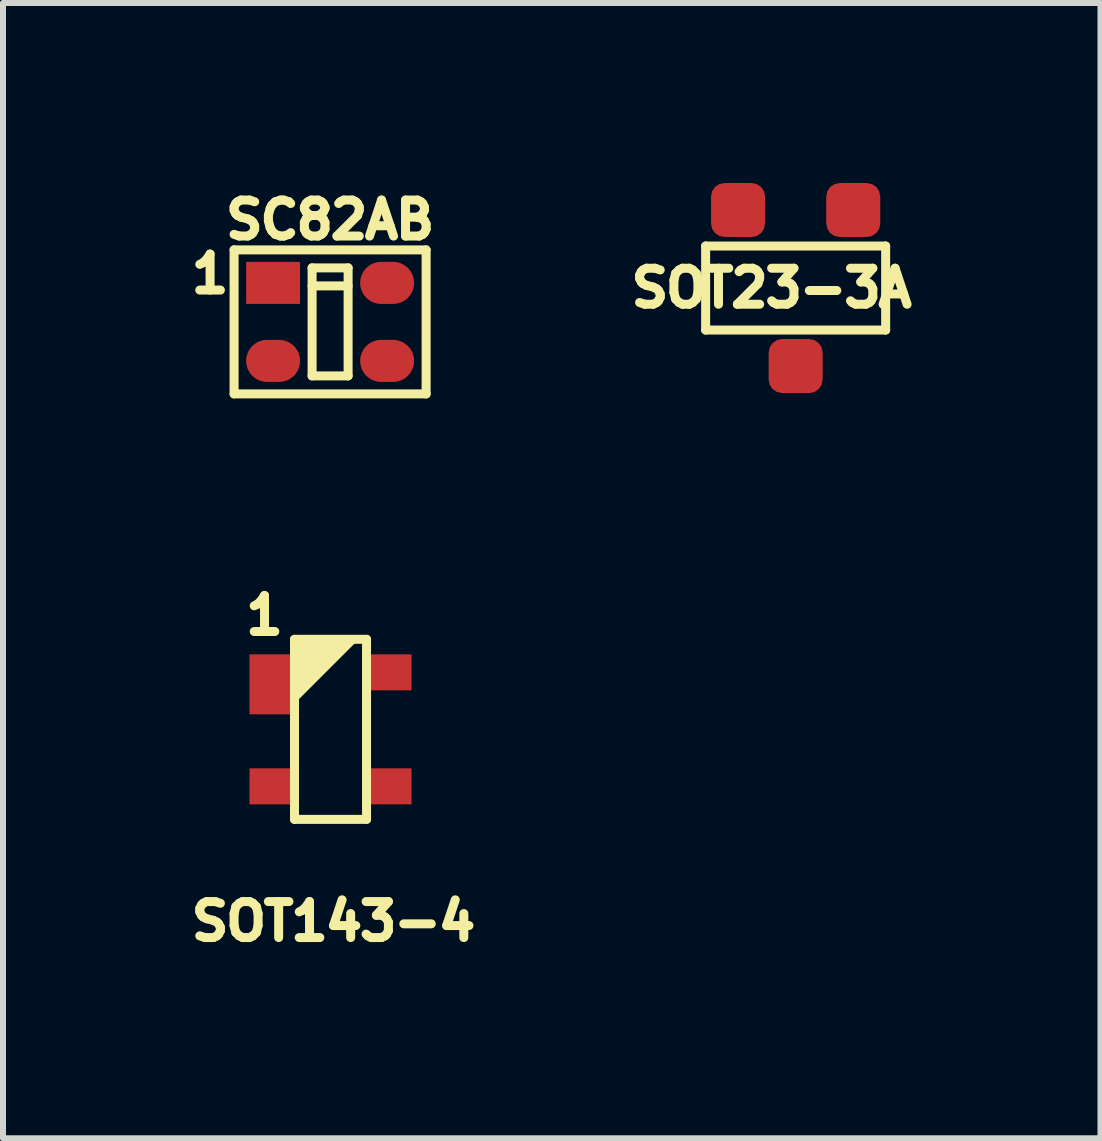
<source format=kicad_pcb>
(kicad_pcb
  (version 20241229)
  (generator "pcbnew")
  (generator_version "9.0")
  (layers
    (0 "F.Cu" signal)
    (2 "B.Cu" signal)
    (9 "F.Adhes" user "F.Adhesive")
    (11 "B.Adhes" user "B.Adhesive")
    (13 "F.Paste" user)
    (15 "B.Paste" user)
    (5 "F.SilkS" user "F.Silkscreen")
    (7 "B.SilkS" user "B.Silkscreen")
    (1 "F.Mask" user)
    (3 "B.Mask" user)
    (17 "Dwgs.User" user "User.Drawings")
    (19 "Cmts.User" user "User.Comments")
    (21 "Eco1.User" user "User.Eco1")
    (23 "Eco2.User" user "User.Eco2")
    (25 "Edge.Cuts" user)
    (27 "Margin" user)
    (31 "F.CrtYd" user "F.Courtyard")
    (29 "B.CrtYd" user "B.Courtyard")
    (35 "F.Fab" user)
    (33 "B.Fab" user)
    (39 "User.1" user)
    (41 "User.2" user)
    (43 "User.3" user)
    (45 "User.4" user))
  (footprint "SC82AB"
    (layer "F.Cu")
    (at 2.451 2.314)
    (property "Reference" "SC82AB" (at 0 -1.7 0) (layer "F.SilkS") (effects (font (size 0.6 0.6) (thickness 0.15))))
    (attr through_hole)
    (fp_line (start -1.6 -1.2) (end 1.6 -1.2) (stroke (width 0.15) (type solid)) (layer "F.SilkS"))
    (fp_line (start -1.6 1.2) (end -1.6 -1.2) (stroke (width 0.15) (type solid)) (layer "F.SilkS"))
    (fp_line (start -0.3 -0.9) (end 0.3 -0.9) (stroke (width 0.15) (type solid)) (layer "F.SilkS"))
    (fp_line (start -0.3 -0.6) (end 0.3 -0.6) (stroke (width 0.15) (type solid)) (layer "F.SilkS"))
    (fp_line (start -0.3 0.9) (end -0.3 -0.9) (stroke (width 0.15) (type solid)) (layer "F.SilkS"))
    (fp_line (start 0.3 -0.9) (end 0.3 0.9) (stroke (width 0.15) (type solid)) (layer "F.SilkS"))
    (fp_line (start 0.3 0.9) (end -0.3 0.9) (stroke (width 0.15) (type solid)) (layer "F.SilkS"))
    (fp_line (start 1.6 -1.2) (end 1.6 1.2) (stroke (width 0.15) (type solid)) (layer "F.SilkS"))
    (fp_line (start 1.6 1.2) (end -1.6 1.2) (stroke (width 0.15) (type solid)) (layer "F.SilkS"))
    (fp_text user "1" (at -2 -0.8 0) (layer "F.SilkS") (effects (font (size 0.6 0.6) (thickness 0.15))))
    (pad "1" smd rect (at -0.95 -0.65) (size 0.899 0.701) (layers "F.Cu" "F.Mask" "F.Paste"))
    (pad "2" smd oval (at -0.95 0.65) (size 0.899 0.701) (layers "F.Cu" "F.Mask" "F.Paste"))
    (pad "3" smd oval (at 0.95 0.65) (size 0.899 0.701) (layers "F.Cu" "F.Mask" "F.Paste"))
    (pad "4" smd oval (at 0.95 -0.65) (size 0.899 0.701) (layers "F.Cu" "F.Mask" "F.Paste")))
  (footprint "SOT23-3A"
    (layer "F.Cu")
    (at 10.209 1.75)
    (property "Reference" "SOT23-3A" (at -0.4 0 0) (layer "F.SilkS") (effects (font (size 0.6 0.6) (thickness 0.15))))
    (attr smd)
    (fp_line (start -1.5 -0.7) (end 1.5 -0.7) (stroke (width 0.15) (type solid)) (layer "F.SilkS"))
    (fp_line (start -1.5 0.7) (end -1.5 -0.7) (stroke (width 0.15) (type solid)) (layer "F.SilkS"))
    (fp_line (start 1.5 -0.7) (end 1.5 0.7) (stroke (width 0.15) (type solid)) (layer "F.SilkS"))
    (fp_line (start 1.5 0.7) (end -1.5 0.7) (stroke (width 0.15) (type solid)) (layer "F.SilkS"))
    (pad "1" smd roundrect (at 0.96 -1.3) (size 0.9 0.9) (layers "F.Cu" "F.Mask" "F.Paste") (roundrect_rratio 0.25))
    (pad "2" smd roundrect (at -0.96 -1.3) (size 0.9 0.9) (layers "F.Cu" "F.Mask" "F.Paste") (roundrect_rratio 0.25))
    (pad "3" smd roundrect (at 0 1.3) (size 0.9 0.9) (layers "F.Cu" "F.Mask" "F.Paste") (roundrect_rratio 0.25)))
  (footprint "SOT143-4"
    (layer "F.Cu")
    (at 2.458 9.104)
    (property "Reference" "SOT143-4" (at 0.05 3.2 0) (layer "F.SilkS") (effects (font (size 0.6 0.6) (thickness 0.15))))
    (attr through_hole)
    (fp_line (start -0.6 -1.5) (end 0.6 -1.5) (stroke (width 0.15) (type solid)) (layer "F.SilkS"))
    (fp_line (start -0.6 1.5) (end -0.6 -1.5) (stroke (width 0.15) (type solid)) (layer "F.SilkS"))
    (fp_line (start 0.6 -1.5) (end 0.6 1.5) (stroke (width 0.15) (type solid)) (layer "F.SilkS"))
    (fp_line (start 0.6 1.5) (end -0.6 1.5) (stroke (width 0.15) (type solid)) (layer "F.SilkS"))
    (fp_poly (pts (xy -0.6 -1.5) (xy 0.4 -1.5) (xy -0.6 -0.5)) (stroke (width 0.1) (type solid)) (fill yes) (layer "F.SilkS"))
    (fp_text user "1" (at -1.1 -1.9 0) (layer "F.SilkS") (effects (font (size 0.6 0.6) (thickness 0.15))))
    (pad "1" smd rect (at -1 -0.75) (size 0.7 1) (layers "F.Cu" "F.Mask" "F.Paste"))
    (pad "2" smd rect (at -1 0.95) (size 0.7 0.6) (layers "F.Cu" "F.Mask" "F.Paste"))
    (pad "3" smd rect (at 1 0.95) (size 0.7 0.6) (layers "F.Cu" "F.Mask" "F.Paste"))
    (pad "4" smd rect (at 1 -0.95) (size 0.7 0.6) (layers "F.Cu" "F.Mask" "F.Paste")))
  (gr_rect
    (start -3 -3)
    (end 15.289 15.918)
    (stroke (width 0.1) (type default))
    (fill no)
    (layer "Edge.Cuts")))
</source>
